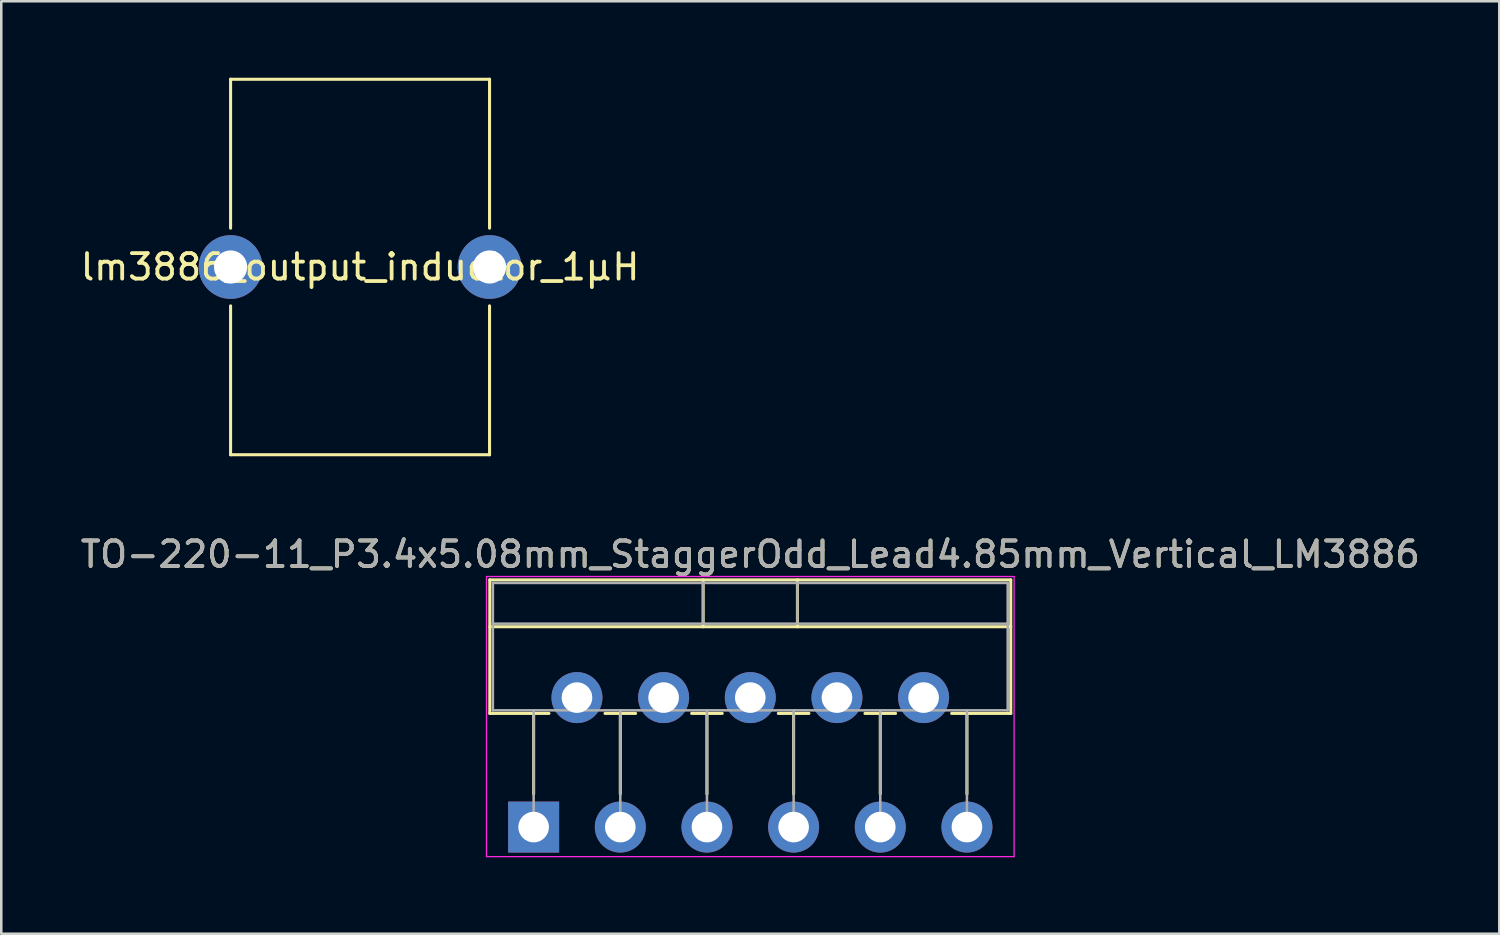
<source format=kicad_pcb>
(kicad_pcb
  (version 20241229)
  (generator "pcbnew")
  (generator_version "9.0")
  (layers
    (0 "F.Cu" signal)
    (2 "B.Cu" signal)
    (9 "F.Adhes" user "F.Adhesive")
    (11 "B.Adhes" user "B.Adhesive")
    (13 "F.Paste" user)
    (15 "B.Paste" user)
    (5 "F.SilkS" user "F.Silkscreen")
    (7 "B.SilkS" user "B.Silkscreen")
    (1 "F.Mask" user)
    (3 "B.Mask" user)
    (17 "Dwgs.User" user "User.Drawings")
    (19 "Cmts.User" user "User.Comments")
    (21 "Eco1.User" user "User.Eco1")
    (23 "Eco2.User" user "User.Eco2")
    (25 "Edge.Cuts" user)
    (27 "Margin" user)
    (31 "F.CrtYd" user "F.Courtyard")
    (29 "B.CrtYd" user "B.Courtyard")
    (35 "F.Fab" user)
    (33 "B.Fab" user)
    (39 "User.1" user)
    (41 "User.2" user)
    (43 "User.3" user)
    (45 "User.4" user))
  (footprint "lm3886_output_inductor_1µH"
    (layer "F.Cu")
    (at 11.077 7.426)
    (property "Reference" "lm3886_output_inductor_1µH" (at 0 0 0) (layer "F.SilkS") (effects (font (size 1 1) (thickness 0.15))))
    (attr through_hole)
    (fp_line (start -5.08 -7.366) (end 5.08 -7.366) (stroke (width 0.12) (type solid)) (layer "F.SilkS"))
    (fp_line (start -5.08 -1.524) (end -5.08 -7.366) (stroke (width 0.12) (type solid)) (layer "F.SilkS"))
    (fp_line (start -5.08 1.524) (end -5.08 7.366) (stroke (width 0.12) (type solid)) (layer "F.SilkS"))
    (fp_line (start -5.08 7.366) (end 5.08 7.366) (stroke (width 0.12) (type solid)) (layer "F.SilkS"))
    (fp_line (start 5.08 -7.366) (end 5.08 -1.524) (stroke (width 0.12) (type solid)) (layer "F.SilkS"))
    (fp_line (start 5.08 7.366) (end 5.08 1.524) (stroke (width 0.12) (type solid)) (layer "F.SilkS"))
    (pad "1" thru_hole circle (at -5.08 0) (size 2.5 2.5) (drill 1.3) (layers "*.Cu" "*.Mask"))
    (pad "2" thru_hole circle (at 5.08 0) (size 2.5 2.5) (drill 1.3) (layers "*.Cu" "*.Mask")))
  (footprint "TO-220-11_P3.4x5.08mm_StaggerOdd_Lead4.85mm_Vertical_LM3886"
    (layer "F.Cu")
    (at 17.887 29.4)
    (property "Reference" "TO-220-11_P3.4x5.08mm_StaggerOdd_Lead4.85mm_Vertical_LM3886" (at 8.5 -10.7 0) (layer "F.SilkS") (effects (font (size 1 1) (thickness 0.15))))
    (attr through_hole)
    (fp_line (start -1.72 -9.7) (end -1.72 -4.459) (stroke (width 0.12) (type solid)) (layer "F.SilkS"))
    (fp_line (start -1.72 -9.7) (end 18.72 -9.7) (stroke (width 0.12) (type solid)) (layer "F.SilkS"))
    (fp_line (start -1.72 -7.86) (end 18.72 -7.86) (stroke (width 0.12) (type solid)) (layer "F.SilkS"))
    (fp_line (start -1.72 -4.459) (end 0.6 -4.459) (stroke (width 0.12) (type solid)) (layer "F.SilkS"))
    (fp_line (start 0 -4.459) (end 0 -1.3) (stroke (width 0.12) (type solid)) (layer "F.SilkS"))
    (fp_line (start 2.8 -4.459) (end 4 -4.459) (stroke (width 0.12) (type solid)) (layer "F.SilkS"))
    (fp_line (start 3.4 -4.459) (end 3.4 -1.3) (stroke (width 0.12) (type solid)) (layer "F.SilkS"))
    (fp_line (start 6.2 -4.459) (end 7.4 -4.459) (stroke (width 0.12) (type solid)) (layer "F.SilkS"))
    (fp_line (start 6.65 -9.7) (end 6.65 -7.86) (stroke (width 0.12) (type solid)) (layer "F.SilkS"))
    (fp_line (start 6.8 -4.459) (end 6.8 -1.3) (stroke (width 0.12) (type solid)) (layer "F.SilkS"))
    (fp_line (start 9.6 -4.459) (end 10.8 -4.459) (stroke (width 0.12) (type solid)) (layer "F.SilkS"))
    (fp_line (start 10.2 -4.459) (end 10.2 -1.3) (stroke (width 0.12) (type solid)) (layer "F.SilkS"))
    (fp_line (start 10.35 -9.7) (end 10.35 -7.86) (stroke (width 0.12) (type solid)) (layer "F.SilkS"))
    (fp_line (start 13 -4.459) (end 14.2 -4.459) (stroke (width 0.12) (type solid)) (layer "F.SilkS"))
    (fp_line (start 13.6 -4.459) (end 13.6 -1.3) (stroke (width 0.12) (type solid)) (layer "F.SilkS"))
    (fp_line (start 16.4 -4.459) (end 18.72 -4.459) (stroke (width 0.12) (type solid)) (layer "F.SilkS"))
    (fp_line (start 17 -4.459) (end 17 -1.3) (stroke (width 0.12) (type solid)) (layer "F.SilkS"))
    (fp_line (start 18.72 -9.7) (end 18.72 -4.459) (stroke (width 0.12) (type solid)) (layer "F.SilkS"))
    (fp_line (start -1.85 -9.83) (end -1.85 1.16) (stroke (width 0.05) (type solid)) (layer "F.CrtYd"))
    (fp_line (start -1.85 1.16) (end 18.85 1.16) (stroke (width 0.05) (type solid)) (layer "F.CrtYd"))
    (fp_line (start 18.85 -9.83) (end -1.85 -9.83) (stroke (width 0.05) (type solid)) (layer "F.CrtYd"))
    (fp_line (start 18.85 1.16) (end 18.85 -9.83) (stroke (width 0.05) (type solid)) (layer "F.CrtYd"))
    (fp_line (start -1.6 -9.58) (end -1.6 -4.58) (stroke (width 0.1) (type solid)) (layer "F.Fab"))
    (fp_line (start -1.6 -7.98) (end 18.6 -7.98) (stroke (width 0.1) (type solid)) (layer "F.Fab"))
    (fp_line (start -1.6 -4.58) (end 18.6 -4.58) (stroke (width 0.1) (type solid)) (layer "F.Fab"))
    (fp_line (start 0 -4.58) (end 0 0) (stroke (width 0.1) (type solid)) (layer "F.Fab"))
    (fp_line (start 3.4 -4.58) (end 3.4 0) (stroke (width 0.1) (type solid)) (layer "F.Fab"))
    (fp_line (start 6.65 -9.58) (end 6.65 -7.98) (stroke (width 0.1) (type solid)) (layer "F.Fab"))
    (fp_line (start 6.8 -4.58) (end 6.8 0) (stroke (width 0.1) (type solid)) (layer "F.Fab"))
    (fp_line (start 10.2 -4.58) (end 10.2 0) (stroke (width 0.1) (type solid)) (layer "F.Fab"))
    (fp_line (start 10.35 -9.58) (end 10.35 -7.98) (stroke (width 0.1) (type solid)) (layer "F.Fab"))
    (fp_line (start 13.6 -4.58) (end 13.6 0) (stroke (width 0.1) (type solid)) (layer "F.Fab"))
    (fp_line (start 17 -4.58) (end 17 0) (stroke (width 0.1) (type solid)) (layer "F.Fab"))
    (fp_line (start 18.6 -9.58) (end -1.6 -9.58) (stroke (width 0.1) (type solid)) (layer "F.Fab"))
    (fp_line (start 18.6 -4.58) (end 18.6 -9.58) (stroke (width 0.1) (type solid)) (layer "F.Fab"))
    (fp_text user "${REFERENCE}" (at 8.5 -10.7 0) (layer "F.Fab") (effects (font (size 1 1) (thickness 0.15))))
    (pad "1" thru_hole rect (at 0 0) (size 2 2) (drill 1.2) (layers "*.Cu" "*.Mask"))
    (pad "2" thru_hole circle (at 1.7 -5.08) (size 2 2) (drill 1.2) (layers "*.Cu" "*.Mask"))
    (pad "3" thru_hole circle (at 3.4 0) (size 2 2) (drill 1.2) (layers "*.Cu" "*.Mask"))
    (pad "4" thru_hole circle (at 5.1 -5.08) (size 2 2) (drill 1.2) (layers "*.Cu" "*.Mask"))
    (pad "5" thru_hole circle (at 6.8 0) (size 2 2) (drill 1.2) (layers "*.Cu" "*.Mask"))
    (pad "6" thru_hole circle (at 8.5 -5.08) (size 2 2) (drill 1.2) (layers "*.Cu" "*.Mask"))
    (pad "7" thru_hole circle (at 10.2 0) (size 2 2) (drill 1.2) (layers "*.Cu" "*.Mask"))
    (pad "8" thru_hole circle (at 11.9 -5.08) (size 2 2) (drill 1.2) (layers "*.Cu" "*.Mask"))
    (pad "9" thru_hole circle (at 13.6 0) (size 2 2) (drill 1.2) (layers "*.Cu" "*.Mask"))
    (pad "10" thru_hole circle (at 15.3 -5.08) (size 2 2) (drill 1.2) (layers "*.Cu" "*.Mask"))
    (pad "11" thru_hole circle (at 17 0) (size 2 2) (drill 1.2) (layers "*.Cu" "*.Mask")))
  (gr_rect
    (start -3 -3)
    (end 55.774 33.585)
    (stroke (width 0.1) (type default))
    (fill no)
    (layer "Edge.Cuts")))
</source>
